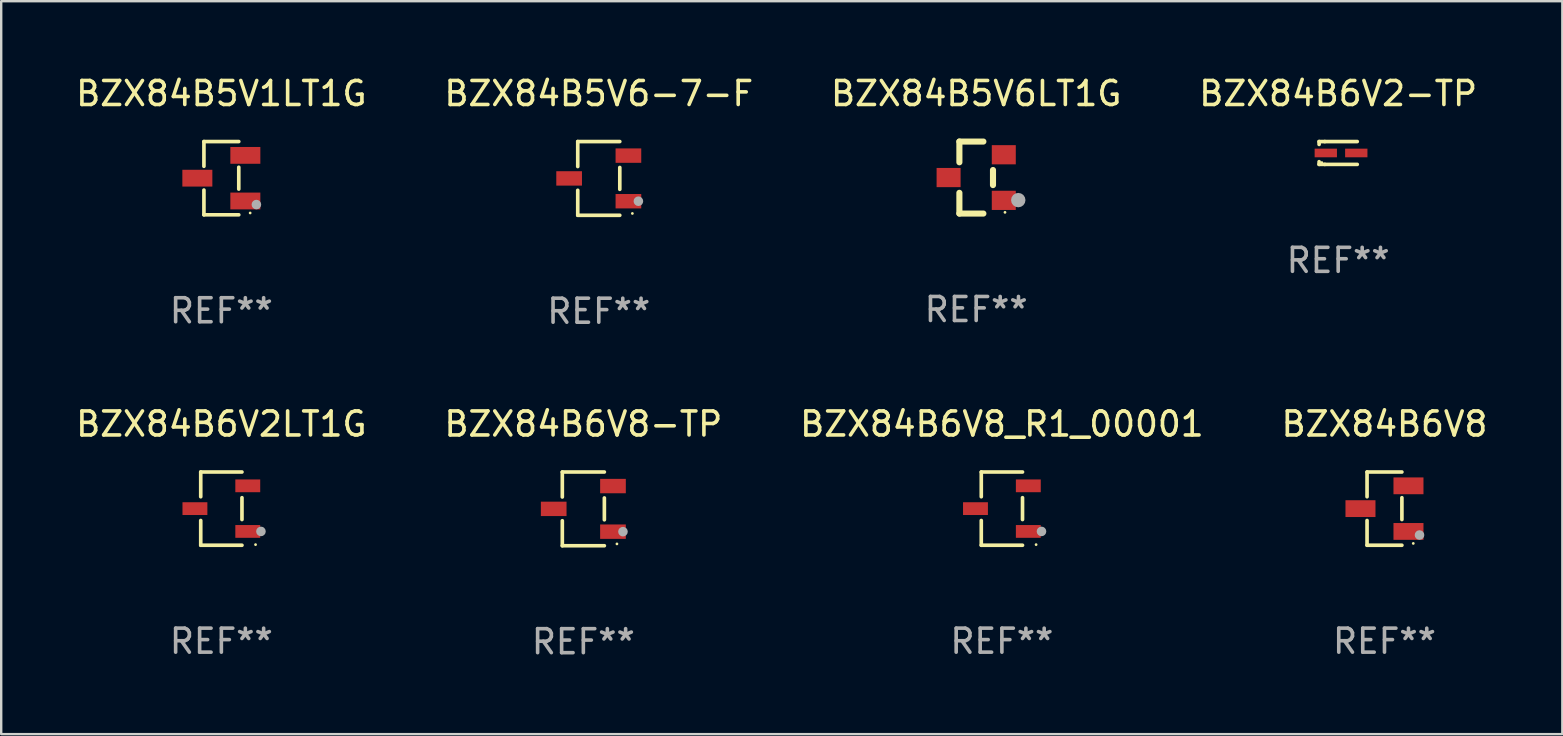
<source format=kicad_pcb>
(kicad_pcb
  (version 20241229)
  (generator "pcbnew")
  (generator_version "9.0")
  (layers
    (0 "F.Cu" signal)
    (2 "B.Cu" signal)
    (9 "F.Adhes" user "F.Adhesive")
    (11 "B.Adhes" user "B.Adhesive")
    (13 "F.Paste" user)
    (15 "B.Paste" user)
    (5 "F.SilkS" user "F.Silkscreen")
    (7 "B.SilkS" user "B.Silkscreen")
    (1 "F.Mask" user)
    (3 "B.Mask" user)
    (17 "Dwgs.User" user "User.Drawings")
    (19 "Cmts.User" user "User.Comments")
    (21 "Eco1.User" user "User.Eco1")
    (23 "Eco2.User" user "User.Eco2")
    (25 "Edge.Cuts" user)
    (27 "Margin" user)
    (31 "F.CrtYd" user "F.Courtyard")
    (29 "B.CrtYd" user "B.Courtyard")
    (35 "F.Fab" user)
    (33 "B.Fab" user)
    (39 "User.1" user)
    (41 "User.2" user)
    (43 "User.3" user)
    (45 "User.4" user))
  (footprint "BZX84B6V8"
    (layer "F.Cu")
    (at 54.637 18.143)
    (property "Reference" "BZX84B6V8" (at 0 -3.526 0) (layer "F.SilkS") (effects (font (size 1 1) (thickness 0.15))))
    (attr through_hole)
    (fp_line (start -0.726 -1.526) (end -0.726 -0.495) (stroke (width 0.152) (type solid)) (layer "F.SilkS"))
    (fp_line (start -0.726 1.526) (end -0.726 0.495) (stroke (width 0.152) (type solid)) (layer "F.SilkS"))
    (fp_line (start 0.726 -1.526) (end -0.726 -1.526) (stroke (width 0.152) (type solid)) (layer "F.SilkS"))
    (fp_line (start 0.726 -0.455) (end 0.726 0.455) (stroke (width 0.152) (type solid)) (layer "F.SilkS"))
    (fp_line (start 0.726 1.526) (end -0.726 1.526) (stroke (width 0.152) (type solid)) (layer "F.SilkS"))
    (fp_circle (center 1.2 1.45) (end 1.23 1.45) (stroke (width 0.06) (type solid)) (fill no) (layer "F.SilkS"))
    (fp_circle (center 1.46 1.1) (end 1.56 1.1) (stroke (width 0.2) (type solid)) (fill no) (layer "F.Fab"))
    (fp_text user "REF**" (at 0 5.526 0) (layer "F.Fab") (effects (font (size 1 1) (thickness 0.15))))
    (pad "1" smd rect (at 1 0.95) (size 1.25 0.7) (layers "F.Cu" "F.Mask" "F.Paste"))
    (pad "2" smd rect (at 1 -0.95) (size 1.25 0.7) (layers "F.Cu" "F.Mask" "F.Paste"))
    (pad "3" smd rect (at -1 0) (size 1.25 0.7) (layers "F.Cu" "F.Mask" "F.Paste")))
  (footprint "BZX84B6V2LT1G"
    (layer "F.Cu")
    (at 6.173 18.143)
    (property "Reference" "BZX84B6V2LT1G" (at 0 -3.526 0) (layer "F.SilkS") (effects (font (size 1 1) (thickness 0.15))))
    (attr through_hole)
    (fp_line (start -0.859 -1.526) (end -0.859 -0.495) (stroke (width 0.152) (type solid)) (layer "F.SilkS"))
    (fp_line (start -0.859 1.526) (end -0.859 0.495) (stroke (width 0.152) (type solid)) (layer "F.SilkS"))
    (fp_line (start 0.859 -1.526) (end -0.859 -1.526) (stroke (width 0.152) (type solid)) (layer "F.SilkS"))
    (fp_line (start 0.859 -0.455) (end 0.859 0.455) (stroke (width 0.152) (type solid)) (layer "F.SilkS"))
    (fp_line (start 0.859 1.526) (end -0.859 1.526) (stroke (width 0.152) (type solid)) (layer "F.SilkS"))
    (fp_circle (center 1.425 1.5) (end 1.455 1.5) (stroke (width 0.06) (type solid)) (fill no) (layer "F.SilkS"))
    (fp_circle (center 1.65 0.95) (end 1.75 0.95) (stroke (width 0.2) (type solid)) (fill no) (layer "F.Fab"))
    (fp_text user "REF**" (at 0 5.526 0) (layer "F.Fab") (effects (font (size 1 1) (thickness 0.15))))
    (pad "1" smd rect (at 1.101 0.95) (size 1.037 0.532) (layers "F.Cu" "F.Mask" "F.Paste"))
    (pad "2" smd rect (at 1.101 -0.95) (size 1.037 0.532) (layers "F.Cu" "F.Mask" "F.Paste"))
    (pad "3" smd rect (at -1.101 0) (size 1.037 0.532) (layers "F.Cu" "F.Mask" "F.Paste")))
  (footprint "BZX84B5V6LT1G"
    (layer "F.Cu")
    (at 37.625 4.348)
    (property "Reference" "BZX84B5V6LT1G" (at 0 -3.5 0) (layer "F.SilkS") (effects (font (size 1 1) (thickness 0.15))))
    (attr through_hole)
    (fp_line (start -0.7 -1.5) (end 0.3 -1.5) (stroke (width 0.254) (type solid)) (layer "F.SilkS"))
    (fp_line (start -0.7 -0.636) (end -0.7 -1.5) (stroke (width 0.254) (type solid)) (layer "F.SilkS"))
    (fp_line (start -0.7 1.5) (end -0.7 0.636) (stroke (width 0.254) (type solid)) (layer "F.SilkS"))
    (fp_line (start -0.7 1.5) (end 0.3 1.5) (stroke (width 0.254) (type solid)) (layer "F.SilkS"))
    (fp_line (start 0.7 0.314) (end 0.7 -0.314) (stroke (width 0.254) (type solid)) (layer "F.SilkS"))
    (fp_circle (center 1.2 1.45) (end 1.23 1.45) (stroke (width 0.06) (type solid)) (fill no) (layer "F.SilkS"))
    (fp_circle (center 1.753 0.94) (end 1.903 0.94) (stroke (width 0.3) (type solid)) (fill no) (layer "F.Fab"))
    (fp_text user "REF**" (at 0 5.5 0) (layer "F.Fab") (effects (font (size 1 1) (thickness 0.15))))
    (pad "1" smd rect (at 1.15 0.95 180) (size 1 0.8) (layers "F.Cu" "F.Mask" "F.Paste"))
    (pad "2" smd rect (at 1.15 -0.95 180) (size 1 0.8) (layers "F.Cu" "F.Mask" "F.Paste"))
    (pad "3" smd rect (at -1.15 -0.000051 180) (size 1 0.8) (layers "F.Cu" "F.Mask" "F.Paste")))
  (footprint "BZX84B6V8-TP"
    (layer "F.Cu")
    (at 21.256 18.153)
    (property "Reference" "BZX84B6V8-TP" (at 0 -3.536 0) (layer "F.SilkS") (effects (font (size 1 1) (thickness 0.15))))
    (attr through_hole)
    (fp_line (start -0.876 -1.536) (end -0.876 -0.495) (stroke (width 0.152) (type solid)) (layer "F.SilkS"))
    (fp_line (start -0.876 1.536) (end -0.876 0.495) (stroke (width 0.152) (type solid)) (layer "F.SilkS"))
    (fp_line (start 0.876 -1.536) (end -0.876 -1.536) (stroke (width 0.152) (type solid)) (layer "F.SilkS"))
    (fp_line (start 0.876 -0.455) (end 0.876 0.455) (stroke (width 0.152) (type solid)) (layer "F.SilkS"))
    (fp_line (start 0.876 1.536) (end -0.876 1.536) (stroke (width 0.152) (type solid)) (layer "F.SilkS"))
    (fp_circle (center 1.4 1.46) (end 1.43 1.46) (stroke (width 0.06) (type solid)) (fill no) (layer "F.SilkS"))
    (fp_circle (center 1.651 0.95) (end 1.751 0.95) (stroke (width 0.2) (type solid)) (fill no) (layer "F.Fab"))
    (fp_text user "REF**" (at 0 5.536 0) (layer "F.Fab") (effects (font (size 1 1) (thickness 0.15))))
    (pad "1" smd rect (at 1.235 0.95) (size 1.07 0.6) (layers "F.Cu" "F.Mask" "F.Paste"))
    (pad "2" smd rect (at 1.235 -0.95) (size 1.07 0.6) (layers "F.Cu" "F.Mask" "F.Paste"))
    (pad "3" smd rect (at -1.235 0) (size 1.07 0.6) (layers "F.Cu" "F.Mask" "F.Paste")))
  (footprint "BZX84B6V8_R1_00001"
    (layer "F.Cu")
    (at 38.696 18.143)
    (property "Reference" "BZX84B6V8_R1_00001" (at 0 -3.526 0) (layer "F.SilkS") (effects (font (size 1 1) (thickness 0.15))))
    (attr through_hole)
    (fp_line (start -0.859 -1.526) (end -0.859 -0.495) (stroke (width 0.152) (type solid)) (layer "F.SilkS"))
    (fp_line (start -0.859 1.526) (end -0.859 0.495) (stroke (width 0.152) (type solid)) (layer "F.SilkS"))
    (fp_line (start 0.859 -1.526) (end -0.859 -1.526) (stroke (width 0.152) (type solid)) (layer "F.SilkS"))
    (fp_line (start 0.859 -0.455) (end 0.859 0.455) (stroke (width 0.152) (type solid)) (layer "F.SilkS"))
    (fp_line (start 0.859 1.526) (end -0.859 1.526) (stroke (width 0.152) (type solid)) (layer "F.SilkS"))
    (fp_circle (center 1.425 1.5) (end 1.455 1.5) (stroke (width 0.06) (type solid)) (fill no) (layer "F.SilkS"))
    (fp_circle (center 1.65 0.95) (end 1.75 0.95) (stroke (width 0.2) (type solid)) (fill no) (layer "F.Fab"))
    (fp_text user "REF**" (at 0 5.526 0) (layer "F.Fab") (effects (font (size 1 1) (thickness 0.15))))
    (pad "1" smd rect (at 1.101 0.95) (size 1.037 0.532) (layers "F.Cu" "F.Mask" "F.Paste"))
    (pad "2" smd rect (at 1.101 -0.95) (size 1.037 0.532) (layers "F.Cu" "F.Mask" "F.Paste"))
    (pad "3" smd rect (at -1.101 0) (size 1.037 0.532) (layers "F.Cu" "F.Mask" "F.Paste")))
  (footprint "BZX84B5V6-7-F"
    (layer "F.Cu")
    (at 21.899 4.384)
    (property "Reference" "BZX84B5V6-7-F" (at 0 -3.536 0) (layer "F.SilkS") (effects (font (size 1 1) (thickness 0.15))))
    (attr through_hole)
    (fp_line (start -0.876 -1.536) (end -0.876 -0.495) (stroke (width 0.152) (type solid)) (layer "F.SilkS"))
    (fp_line (start -0.876 1.536) (end -0.876 0.495) (stroke (width 0.152) (type solid)) (layer "F.SilkS"))
    (fp_line (start 0.876 -1.536) (end -0.876 -1.536) (stroke (width 0.152) (type solid)) (layer "F.SilkS"))
    (fp_line (start 0.876 -0.455) (end 0.876 0.455) (stroke (width 0.152) (type solid)) (layer "F.SilkS"))
    (fp_line (start 0.876 1.536) (end -0.876 1.536) (stroke (width 0.152) (type solid)) (layer "F.SilkS"))
    (fp_circle (center 1.4 1.46) (end 1.43 1.46) (stroke (width 0.06) (type solid)) (fill no) (layer "F.SilkS"))
    (fp_circle (center 1.651 0.95) (end 1.751 0.95) (stroke (width 0.2) (type solid)) (fill no) (layer "F.Fab"))
    (fp_text user "REF**" (at 0 5.536 0) (layer "F.Fab") (effects (font (size 1 1) (thickness 0.15))))
    (pad "1" smd rect (at 1.235 0.95) (size 1.07 0.6) (layers "F.Cu" "F.Mask" "F.Paste"))
    (pad "2" smd rect (at 1.235 -0.95) (size 1.07 0.6) (layers "F.Cu" "F.Mask" "F.Paste"))
    (pad "3" smd rect (at -1.235 0) (size 1.07 0.6) (layers "F.Cu" "F.Mask" "F.Paste")))
  (footprint "BZX84B5V1LT1G"
    (layer "F.Cu")
    (at 6.173 4.374)
    (property "Reference" "BZX84B5V1LT1G" (at 0 -3.526 0) (layer "F.SilkS") (effects (font (size 1 1) (thickness 0.15))))
    (attr through_hole)
    (fp_line (start -0.726 -1.526) (end -0.726 -0.495) (stroke (width 0.152) (type solid)) (layer "F.SilkS"))
    (fp_line (start -0.726 1.526) (end -0.726 0.495) (stroke (width 0.152) (type solid)) (layer "F.SilkS"))
    (fp_line (start 0.726 -1.526) (end -0.726 -1.526) (stroke (width 0.152) (type solid)) (layer "F.SilkS"))
    (fp_line (start 0.726 -0.455) (end 0.726 0.455) (stroke (width 0.152) (type solid)) (layer "F.SilkS"))
    (fp_line (start 0.726 1.526) (end -0.726 1.526) (stroke (width 0.152) (type solid)) (layer "F.SilkS"))
    (fp_circle (center 1.2 1.45) (end 1.23 1.45) (stroke (width 0.06) (type solid)) (fill no) (layer "F.SilkS"))
    (fp_circle (center 1.46 1.1) (end 1.56 1.1) (stroke (width 0.2) (type solid)) (fill no) (layer "F.Fab"))
    (fp_text user "REF**" (at 0 5.526 0) (layer "F.Fab") (effects (font (size 1 1) (thickness 0.15))))
    (pad "1" smd rect (at 1 0.95) (size 1.25 0.7) (layers "F.Cu" "F.Mask" "F.Paste"))
    (pad "2" smd rect (at 1 -0.95) (size 1.25 0.7) (layers "F.Cu" "F.Mask" "F.Paste"))
    (pad "3" smd rect (at -1 0) (size 1.25 0.7) (layers "F.Cu" "F.Mask" "F.Paste")))
  (footprint "BZX84B6V2-TP"
    (layer "F.Cu")
    (at 52.708 3.324)
    (property "Reference" "BZX84B6V2-TP" (at 0 -2.476 0) (layer "F.SilkS") (effects (font (size 1 1) (thickness 0.15))))
    (attr through_hole)
    (fp_line (start -0.795 -0.476) (end -0.795 -0.356) (stroke (width 0.152) (type solid)) (layer "F.SilkS"))
    (fp_line (start -0.795 0.363) (end -0.795 0.476) (stroke (width 0.152) (type solid)) (layer "F.SilkS"))
    (fp_line (start -0.795 0.476) (end -0.557 0.476) (stroke (width 0.152) (type solid)) (layer "F.SilkS"))
    (fp_line (start -0.557 -0.476) (end -0.795 -0.476) (stroke (width 0.152) (type solid)) (layer "F.SilkS"))
    (fp_line (start -0.557 -0.476) (end 0.795 -0.476) (stroke (width 0.152) (type solid)) (layer "F.SilkS"))
    (fp_line (start -0.557 0.476) (end 0.795 0.476) (stroke (width 0.152) (type solid)) (layer "F.SilkS"))
    (fp_circle (center -0.681 0.4) (end -0.651 0.4) (stroke (width 0.06) (type solid)) (fill no) (layer "F.SilkS"))
    (fp_text user "REF**" (at 0 4.476 0) (layer "F.Fab") (effects (font (size 1 1) (thickness 0.15))))
    (pad "1" smd rect (at -0.516 0 180) (size 0.93 0.36) (layers "F.Cu" "F.Mask" "F.Paste"))
    (pad "2" smd rect (at 0.754 0 180) (size 0.93 0.36) (layers "F.Cu" "F.Mask" "F.Paste")))
  (gr_rect
    (start -3 -3)
    (end 62.048 27.538)
    (stroke (width 0.1) (type default))
    (fill no)
    (layer "Edge.Cuts")))
</source>
